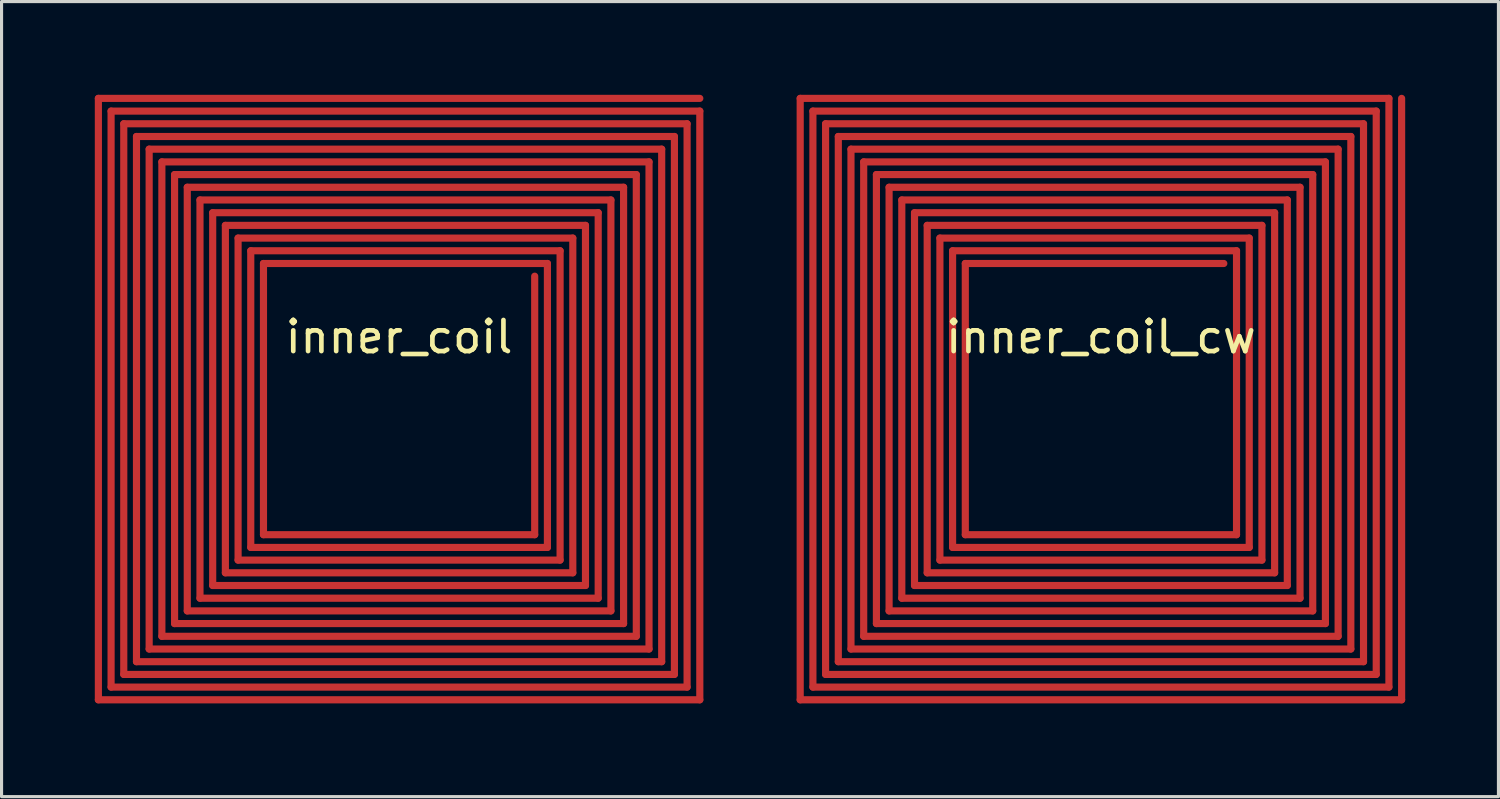
<source format=kicad_pcb>
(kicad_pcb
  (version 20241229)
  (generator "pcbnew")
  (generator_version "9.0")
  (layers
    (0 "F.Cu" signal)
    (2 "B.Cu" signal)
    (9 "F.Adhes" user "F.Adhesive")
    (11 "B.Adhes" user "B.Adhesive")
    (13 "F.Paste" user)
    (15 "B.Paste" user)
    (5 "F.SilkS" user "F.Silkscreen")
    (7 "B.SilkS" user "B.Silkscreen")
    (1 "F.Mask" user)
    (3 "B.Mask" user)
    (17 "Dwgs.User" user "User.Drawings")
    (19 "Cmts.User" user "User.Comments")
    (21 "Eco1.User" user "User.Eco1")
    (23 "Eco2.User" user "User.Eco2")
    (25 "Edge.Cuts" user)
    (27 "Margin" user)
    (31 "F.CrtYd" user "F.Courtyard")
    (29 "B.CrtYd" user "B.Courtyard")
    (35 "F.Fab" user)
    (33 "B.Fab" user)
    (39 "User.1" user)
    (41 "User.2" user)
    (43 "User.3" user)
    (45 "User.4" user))
  (footprint "inner_coil_cw"
    (layer "F.Cu")
    (at 32.37 9.79)
    (property "Reference" "inner_coil_cw" (at 0 -2 0) (layer "F.SilkS") (effects (font (size 1 1) (thickness 0.15))))
    (attr through_hole)
    (fp_line (start -9.675 -9.675) (end 9.266 -9.675) (stroke (width 0.23) (type solid)) (layer "F.Cu"))
    (fp_line (start -9.675 9.675) (end -9.675 -9.675) (stroke (width 0.23) (type solid)) (layer "F.Cu"))
    (fp_line (start -9.266 -9.266) (end 8.858 -9.266) (stroke (width 0.23) (type solid)) (layer "F.Cu"))
    (fp_line (start -9.266 9.266) (end -9.266 -9.266) (stroke (width 0.23) (type solid)) (layer "F.Cu"))
    (fp_line (start -8.858 -8.858) (end 8.449 -8.858) (stroke (width 0.23) (type solid)) (layer "F.Cu"))
    (fp_line (start -8.858 8.858) (end -8.858 -8.858) (stroke (width 0.23) (type solid)) (layer "F.Cu"))
    (fp_line (start -8.449 -8.449) (end 8.041 -8.449) (stroke (width 0.23) (type solid)) (layer "F.Cu"))
    (fp_line (start -8.449 8.449) (end -8.449 -8.449) (stroke (width 0.23) (type solid)) (layer "F.Cu"))
    (fp_line (start -8.041 -8.041) (end 7.632 -8.041) (stroke (width 0.23) (type solid)) (layer "F.Cu"))
    (fp_line (start -8.041 8.041) (end -8.041 -8.041) (stroke (width 0.23) (type solid)) (layer "F.Cu"))
    (fp_line (start -7.632 -7.632) (end 7.223 -7.632) (stroke (width 0.23) (type solid)) (layer "F.Cu"))
    (fp_line (start -7.632 7.632) (end -7.632 -7.632) (stroke (width 0.23) (type solid)) (layer "F.Cu"))
    (fp_line (start -7.223 -7.223) (end 6.815 -7.223) (stroke (width 0.23) (type solid)) (layer "F.Cu"))
    (fp_line (start -7.223 7.223) (end -7.223 -7.223) (stroke (width 0.23) (type solid)) (layer "F.Cu"))
    (fp_line (start -6.815 -6.815) (end 6.406 -6.815) (stroke (width 0.23) (type solid)) (layer "F.Cu"))
    (fp_line (start -6.815 6.815) (end -6.815 -6.815) (stroke (width 0.23) (type solid)) (layer "F.Cu"))
    (fp_line (start -6.406 -6.406) (end 5.997 -6.406) (stroke (width 0.23) (type solid)) (layer "F.Cu"))
    (fp_line (start -6.406 6.406) (end -6.406 -6.406) (stroke (width 0.23) (type solid)) (layer "F.Cu"))
    (fp_line (start -5.997 -5.997) (end 5.589 -5.997) (stroke (width 0.23) (type solid)) (layer "F.Cu"))
    (fp_line (start -5.997 5.997) (end -5.997 -5.997) (stroke (width 0.23) (type solid)) (layer "F.Cu"))
    (fp_line (start -5.589 -5.589) (end 5.18 -5.589) (stroke (width 0.23) (type solid)) (layer "F.Cu"))
    (fp_line (start -5.589 5.589) (end -5.589 -5.589) (stroke (width 0.23) (type solid)) (layer "F.Cu"))
    (fp_line (start -5.18 -5.18) (end 4.772 -5.18) (stroke (width 0.23) (type solid)) (layer "F.Cu"))
    (fp_line (start -5.18 5.18) (end -5.18 -5.18) (stroke (width 0.23) (type solid)) (layer "F.Cu"))
    (fp_line (start -4.772 -4.772) (end 4.363 -4.772) (stroke (width 0.23) (type solid)) (layer "F.Cu"))
    (fp_line (start -4.772 4.772) (end -4.772 -4.772) (stroke (width 0.23) (type solid)) (layer "F.Cu"))
    (fp_line (start -4.363 -4.363) (end 3.954 -4.363) (stroke (width 0.23) (type solid)) (layer "F.Cu"))
    (fp_line (start -4.363 4.363) (end -4.363 -4.363) (stroke (width 0.23) (type solid)) (layer "F.Cu"))
    (fp_line (start 4.363 -4.772) (end 4.363 4.363) (stroke (width 0.23) (type solid)) (layer "F.Cu"))
    (fp_line (start 4.363 4.363) (end -4.363 4.363) (stroke (width 0.23) (type solid)) (layer "F.Cu"))
    (fp_line (start 4.772 -5.18) (end 4.772 4.772) (stroke (width 0.23) (type solid)) (layer "F.Cu"))
    (fp_line (start 4.772 4.772) (end -4.772 4.772) (stroke (width 0.23) (type solid)) (layer "F.Cu"))
    (fp_line (start 5.18 -5.589) (end 5.18 5.18) (stroke (width 0.23) (type solid)) (layer "F.Cu"))
    (fp_line (start 5.18 5.18) (end -5.18 5.18) (stroke (width 0.23) (type solid)) (layer "F.Cu"))
    (fp_line (start 5.589 -5.997) (end 5.589 5.589) (stroke (width 0.23) (type solid)) (layer "F.Cu"))
    (fp_line (start 5.589 5.589) (end -5.589 5.589) (stroke (width 0.23) (type solid)) (layer "F.Cu"))
    (fp_line (start 5.997 -6.406) (end 5.997 5.997) (stroke (width 0.23) (type solid)) (layer "F.Cu"))
    (fp_line (start 5.997 5.997) (end -5.997 5.997) (stroke (width 0.23) (type solid)) (layer "F.Cu"))
    (fp_line (start 6.406 -6.815) (end 6.406 6.406) (stroke (width 0.23) (type solid)) (layer "F.Cu"))
    (fp_line (start 6.406 6.406) (end -6.406 6.406) (stroke (width 0.23) (type solid)) (layer "F.Cu"))
    (fp_line (start 6.815 -7.223) (end 6.815 6.815) (stroke (width 0.23) (type solid)) (layer "F.Cu"))
    (fp_line (start 6.815 6.815) (end -6.815 6.815) (stroke (width 0.23) (type solid)) (layer "F.Cu"))
    (fp_line (start 7.223 -7.632) (end 7.223 7.223) (stroke (width 0.23) (type solid)) (layer "F.Cu"))
    (fp_line (start 7.223 7.223) (end -7.223 7.223) (stroke (width 0.23) (type solid)) (layer "F.Cu"))
    (fp_line (start 7.632 -8.041) (end 7.632 7.632) (stroke (width 0.23) (type solid)) (layer "F.Cu"))
    (fp_line (start 7.632 7.632) (end -7.632 7.632) (stroke (width 0.23) (type solid)) (layer "F.Cu"))
    (fp_line (start 8.041 -8.449) (end 8.041 8.041) (stroke (width 0.23) (type solid)) (layer "F.Cu"))
    (fp_line (start 8.041 8.041) (end -8.041 8.041) (stroke (width 0.23) (type solid)) (layer "F.Cu"))
    (fp_line (start 8.449 -8.858) (end 8.449 8.449) (stroke (width 0.23) (type solid)) (layer "F.Cu"))
    (fp_line (start 8.449 8.449) (end -8.449 8.449) (stroke (width 0.23) (type solid)) (layer "F.Cu"))
    (fp_line (start 8.858 -9.266) (end 8.858 8.858) (stroke (width 0.23) (type solid)) (layer "F.Cu"))
    (fp_line (start 8.858 8.858) (end -8.858 8.858) (stroke (width 0.23) (type solid)) (layer "F.Cu"))
    (fp_line (start 9.266 -9.675) (end 9.266 9.266) (stroke (width 0.23) (type solid)) (layer "F.Cu"))
    (fp_line (start 9.266 9.266) (end -9.266 9.266) (stroke (width 0.23) (type solid)) (layer "F.Cu"))
    (fp_line (start 9.675 -9.675) (end 9.675 9.675) (stroke (width 0.23) (type solid)) (layer "F.Cu"))
    (fp_line (start 9.675 9.675) (end -9.675 9.675) (stroke (width 0.23) (type solid)) (layer "F.Cu")))
  (footprint "inner_coil"
    (layer "F.Cu")
    (at 9.79 9.79)
    (property "Reference" "inner_coil" (at 0 -2 0) (layer "F.SilkS") (effects (font (size 1 1) (thickness 0.15))))
    (attr through_hole)
    (fp_line (start -9.675 -9.675) (end -9.675 9.675) (stroke (width 0.23) (type solid)) (layer "F.Cu"))
    (fp_line (start -9.675 9.675) (end 9.675 9.675) (stroke (width 0.23) (type solid)) (layer "F.Cu"))
    (fp_line (start -9.266 -9.266) (end -9.266 9.266) (stroke (width 0.23) (type solid)) (layer "F.Cu"))
    (fp_line (start -9.266 9.266) (end 9.266 9.266) (stroke (width 0.23) (type solid)) (layer "F.Cu"))
    (fp_line (start -8.858 -8.858) (end -8.858 8.858) (stroke (width 0.23) (type solid)) (layer "F.Cu"))
    (fp_line (start -8.858 8.858) (end 8.858 8.858) (stroke (width 0.23) (type solid)) (layer "F.Cu"))
    (fp_line (start -8.449 -8.449) (end -8.449 8.449) (stroke (width 0.23) (type solid)) (layer "F.Cu"))
    (fp_line (start -8.449 8.449) (end 8.449 8.449) (stroke (width 0.23) (type solid)) (layer "F.Cu"))
    (fp_line (start -8.041 -8.041) (end -8.041 8.041) (stroke (width 0.23) (type solid)) (layer "F.Cu"))
    (fp_line (start -8.041 8.041) (end 8.041 8.041) (stroke (width 0.23) (type solid)) (layer "F.Cu"))
    (fp_line (start -7.632 -7.632) (end -7.632 7.632) (stroke (width 0.23) (type solid)) (layer "F.Cu"))
    (fp_line (start -7.632 7.632) (end 7.632 7.632) (stroke (width 0.23) (type solid)) (layer "F.Cu"))
    (fp_line (start -7.223 -7.223) (end -7.223 7.223) (stroke (width 0.23) (type solid)) (layer "F.Cu"))
    (fp_line (start -7.223 7.223) (end 7.223 7.223) (stroke (width 0.23) (type solid)) (layer "F.Cu"))
    (fp_line (start -6.815 -6.815) (end -6.815 6.815) (stroke (width 0.23) (type solid)) (layer "F.Cu"))
    (fp_line (start -6.815 6.815) (end 6.815 6.815) (stroke (width 0.23) (type solid)) (layer "F.Cu"))
    (fp_line (start -6.406 -6.406) (end -6.406 6.406) (stroke (width 0.23) (type solid)) (layer "F.Cu"))
    (fp_line (start -6.406 6.406) (end 6.406 6.406) (stroke (width 0.23) (type solid)) (layer "F.Cu"))
    (fp_line (start -5.997 -5.997) (end -5.997 5.997) (stroke (width 0.23) (type solid)) (layer "F.Cu"))
    (fp_line (start -5.997 5.997) (end 5.997 5.997) (stroke (width 0.23) (type solid)) (layer "F.Cu"))
    (fp_line (start -5.589 -5.589) (end -5.589 5.589) (stroke (width 0.23) (type solid)) (layer "F.Cu"))
    (fp_line (start -5.589 5.589) (end 5.589 5.589) (stroke (width 0.23) (type solid)) (layer "F.Cu"))
    (fp_line (start -5.18 -5.18) (end -5.18 5.18) (stroke (width 0.23) (type solid)) (layer "F.Cu"))
    (fp_line (start -5.18 5.18) (end 5.18 5.18) (stroke (width 0.23) (type solid)) (layer "F.Cu"))
    (fp_line (start -4.772 -4.772) (end -4.772 4.772) (stroke (width 0.23) (type solid)) (layer "F.Cu"))
    (fp_line (start -4.772 4.772) (end 4.772 4.772) (stroke (width 0.23) (type solid)) (layer "F.Cu"))
    (fp_line (start -4.363 -4.363) (end -4.363 4.363) (stroke (width 0.23) (type solid)) (layer "F.Cu"))
    (fp_line (start -4.363 4.363) (end 4.363 4.363) (stroke (width 0.23) (type solid)) (layer "F.Cu"))
    (fp_line (start 4.363 4.363) (end 4.363 -3.954) (stroke (width 0.23) (type solid)) (layer "F.Cu"))
    (fp_line (start 4.772 -4.363) (end -4.363 -4.363) (stroke (width 0.23) (type solid)) (layer "F.Cu"))
    (fp_line (start 4.772 4.772) (end 4.772 -4.363) (stroke (width 0.23) (type solid)) (layer "F.Cu"))
    (fp_line (start 5.18 -4.772) (end -4.772 -4.772) (stroke (width 0.23) (type solid)) (layer "F.Cu"))
    (fp_line (start 5.18 5.18) (end 5.18 -4.772) (stroke (width 0.23) (type solid)) (layer "F.Cu"))
    (fp_line (start 5.589 -5.18) (end -5.18 -5.18) (stroke (width 0.23) (type solid)) (layer "F.Cu"))
    (fp_line (start 5.589 5.589) (end 5.589 -5.18) (stroke (width 0.23) (type solid)) (layer "F.Cu"))
    (fp_line (start 5.997 -5.589) (end -5.589 -5.589) (stroke (width 0.23) (type solid)) (layer "F.Cu"))
    (fp_line (start 5.997 5.997) (end 5.997 -5.589) (stroke (width 0.23) (type solid)) (layer "F.Cu"))
    (fp_line (start 6.406 -5.997) (end -5.997 -5.997) (stroke (width 0.23) (type solid)) (layer "F.Cu"))
    (fp_line (start 6.406 6.406) (end 6.406 -5.997) (stroke (width 0.23) (type solid)) (layer "F.Cu"))
    (fp_line (start 6.815 -6.406) (end -6.406 -6.406) (stroke (width 0.23) (type solid)) (layer "F.Cu"))
    (fp_line (start 6.815 6.815) (end 6.815 -6.406) (stroke (width 0.23) (type solid)) (layer "F.Cu"))
    (fp_line (start 7.223 -6.815) (end -6.815 -6.815) (stroke (width 0.23) (type solid)) (layer "F.Cu"))
    (fp_line (start 7.223 7.223) (end 7.223 -6.815) (stroke (width 0.23) (type solid)) (layer "F.Cu"))
    (fp_line (start 7.632 -7.223) (end -7.223 -7.223) (stroke (width 0.23) (type solid)) (layer "F.Cu"))
    (fp_line (start 7.632 7.632) (end 7.632 -7.223) (stroke (width 0.23) (type solid)) (layer "F.Cu"))
    (fp_line (start 8.041 -7.632) (end -7.632 -7.632) (stroke (width 0.23) (type solid)) (layer "F.Cu"))
    (fp_line (start 8.041 8.041) (end 8.041 -7.632) (stroke (width 0.23) (type solid)) (layer "F.Cu"))
    (fp_line (start 8.449 -8.041) (end -8.041 -8.041) (stroke (width 0.23) (type solid)) (layer "F.Cu"))
    (fp_line (start 8.449 8.449) (end 8.449 -8.041) (stroke (width 0.23) (type solid)) (layer "F.Cu"))
    (fp_line (start 8.858 -8.449) (end -8.449 -8.449) (stroke (width 0.23) (type solid)) (layer "F.Cu"))
    (fp_line (start 8.858 8.858) (end 8.858 -8.449) (stroke (width 0.23) (type solid)) (layer "F.Cu"))
    (fp_line (start 9.266 -8.858) (end -8.858 -8.858) (stroke (width 0.23) (type solid)) (layer "F.Cu"))
    (fp_line (start 9.266 9.266) (end 9.266 -8.858) (stroke (width 0.23) (type solid)) (layer "F.Cu"))
    (fp_line (start 9.675 -9.675) (end -9.675 -9.675) (stroke (width 0.23) (type solid)) (layer "F.Cu"))
    (fp_line (start 9.675 -9.266) (end -9.266 -9.266) (stroke (width 0.23) (type solid)) (layer "F.Cu"))
    (fp_line (start 9.675 9.675) (end 9.675 -9.266) (stroke (width 0.23) (type solid)) (layer "F.Cu")))
  (gr_rect
    (start -3 -3)
    (end 45.16 22.58)
    (stroke (width 0.1) (type default))
    (fill no)
    (layer "Edge.Cuts")))
</source>
